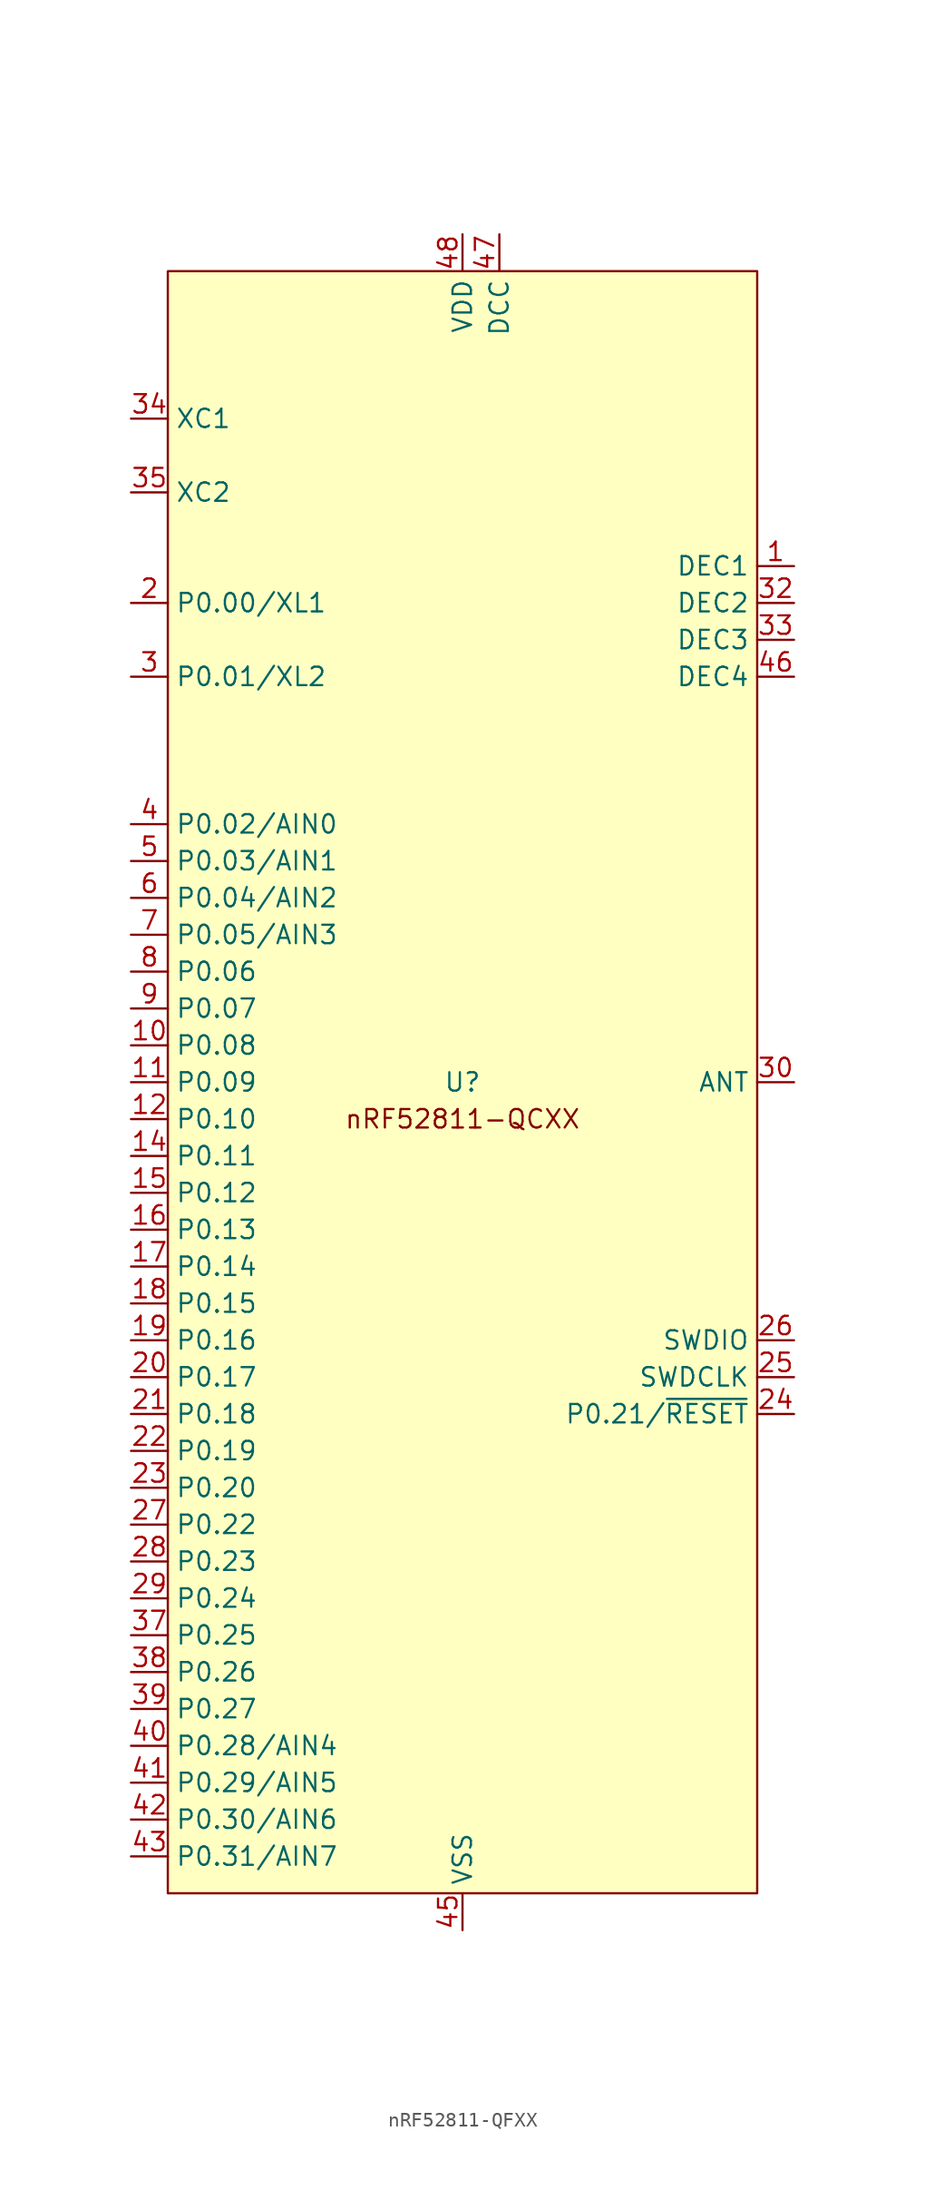
<source format=kicad_sym>
(kicad_symbol_lib
  (version 20220914)
  (generator kicad_symbol_editor)
  (symbol "nRF52811-QFXX"
    (property "Reference" "U"
      (at 0 0 0)
      (do_not_autoplace)
      (effects (font (size 1.27 1.27))))
    (property "Value" ""
      (at 0 0 0)
      (effects (font (size 1.27 1.27))))
    (symbol "nRF52811-QFXX_0_0"
      (pin unspecified line (at -22.86 2.54 0) (length 2.54) (name "P0.08" (effects (font (size 1.27 1.27)))) (number "10" (effects (font (size 1.27 1.27)))))
      (pin unspecified line (at -22.86 0 0) (length 2.54) (name "P0.09" (effects (font (size 1.27 1.27)))) (number "11" (effects (font (size 1.27 1.27)))))
      (pin unspecified line (at -22.86 -2.54 0) (length 2.54) (name "P0.10" (effects (font (size 1.27 1.27)))) (number "12" (effects (font (size 1.27 1.27)))))
      (pin unspecified line (at -22.86 -5.08 0) (length 2.54) (name "P0.11" (effects (font (size 1.27 1.27)))) (number "14" (effects (font (size 1.27 1.27)))))
      (pin unspecified line (at -22.86 -7.62 0) (length 2.54) (name "P0.12" (effects (font (size 1.27 1.27)))) (number "15" (effects (font (size 1.27 1.27)))))
      (pin unspecified line (at -22.86 -10.16 0) (length 2.54) (name "P0.13" (effects (font (size 1.27 1.27)))) (number "16" (effects (font (size 1.27 1.27)))))
      (pin unspecified line (at -22.86 -12.7 0) (length 2.54) (name "P0.14" (effects (font (size 1.27 1.27)))) (number "17" (effects (font (size 1.27 1.27)))))
      (pin unspecified line (at -22.86 -15.24 0) (length 2.54) (name "P0.15" (effects (font (size 1.27 1.27)))) (number "18" (effects (font (size 1.27 1.27)))))
      (pin unspecified line (at -22.86 -17.78 0) (length 2.54) (name "P0.16" (effects (font (size 1.27 1.27)))) (number "19" (effects (font (size 1.27 1.27)))))
      (pin unspecified line (at -22.86 33.02 0) (length 2.54) (name "P0.00/XL1" (effects (font (size 1.27 1.27)))) (number "2" (effects (font (size 1.27 1.27)))))
      (pin unspecified line (at -22.86 -20.32 0) (length 2.54) (name "P0.17" (effects (font (size 1.27 1.27)))) (number "20" (effects (font (size 1.27 1.27)))))
      (pin unspecified line (at -22.86 -22.86 0) (length 2.54) (name "P0.18" (effects (font (size 1.27 1.27)))) (number "21" (effects (font (size 1.27 1.27)))))
      (pin unspecified line (at -22.86 -25.4 0) (length 2.54) (name "P0.19" (effects (font (size 1.27 1.27)))) (number "22" (effects (font (size 1.27 1.27)))))
      (pin unspecified line (at -22.86 -27.94 0) (length 2.54) (name "P0.20" (effects (font (size 1.27 1.27)))) (number "23" (effects (font (size 1.27 1.27)))))
      (pin unspecified line (at 22.86 -20.32 180) (length 2.54) (name "SWDCLK" (effects (font (size 1.27 1.27)))) (number "25" (effects (font (size 1.27 1.27)))))
      (pin unspecified line (at 22.86 -17.78 180) (length 2.54) (name "SWDIO" (effects (font (size 1.27 1.27)))) (number "26" (effects (font (size 1.27 1.27)))))
      (pin unspecified line (at -22.86 -30.48 0) (length 2.54) (name "P0.22" (effects (font (size 1.27 1.27)))) (number "27" (effects (font (size 1.27 1.27)))))
      (pin unspecified line (at -22.86 -33.02 0) (length 2.54) (name "P0.23" (effects (font (size 1.27 1.27)))) (number "28" (effects (font (size 1.27 1.27)))))
      (pin unspecified line (at -22.86 -35.56 0) (length 2.54) (name "P0.24" (effects (font (size 1.27 1.27)))) (number "29" (effects (font (size 1.27 1.27)))))
      (pin unspecified line (at -22.86 27.94 0) (length 2.54) (name "P0.01/XL2" (effects (font (size 1.27 1.27)))) (number "3" (effects (font (size 1.27 1.27)))))
      (pin unspecified line (at 22.86 0 180) (length 2.54) (name "ANT" (effects (font (size 1.27 1.27)))) (number "30" (effects (font (size 1.27 1.27)))))
      (pin unspecified line (at -22.86 45.72 0) (length 2.54) (name "XC1" (effects (font (size 1.27 1.27)))) (number "34" (effects (font (size 1.27 1.27)))))
      (pin unspecified line (at -22.86 40.64 0) (length 2.54) (name "XC2" (effects (font (size 1.27 1.27)))) (number "35" (effects (font (size 1.27 1.27)))))
      (pin unspecified line (at -22.86 -38.1 0) (length 2.54) (name "P0.25" (effects (font (size 1.27 1.27)))) (number "37" (effects (font (size 1.27 1.27)))))
      (pin unspecified line (at -22.86 -40.64 0) (length 2.54) (name "P0.26" (effects (font (size 1.27 1.27)))) (number "38" (effects (font (size 1.27 1.27)))))
      (pin unspecified line (at -22.86 -43.18 0) (length 2.54) (name "P0.27" (effects (font (size 1.27 1.27)))) (number "39" (effects (font (size 1.27 1.27)))))
      (pin unspecified line (at -22.86 17.78 0) (length 2.54) (name "P0.02/AIN0" (effects (font (size 1.27 1.27)))) (number "4" (effects (font (size 1.27 1.27)))))
      (pin unspecified line (at -22.86 -45.72 0) (length 2.54) (name "P0.28/AIN4" (effects (font (size 1.27 1.27)))) (number "40" (effects (font (size 1.27 1.27)))))
      (pin unspecified line (at -22.86 -48.26 0) (length 2.54) (name "P0.29/AIN5" (effects (font (size 1.27 1.27)))) (number "41" (effects (font (size 1.27 1.27)))))
      (pin unspecified line (at -22.86 -50.8 0) (length 2.54) (name "P0.30/AIN6" (effects (font (size 1.27 1.27)))) (number "42" (effects (font (size 1.27 1.27)))))
      (pin unspecified line (at -22.86 -53.34 0) (length 2.54) (name "P0.31/AIN7" (effects (font (size 1.27 1.27)))) (number "43" (effects (font (size 1.27 1.27)))))
      (pin unspecified line (at 0 -58.42 90) (length 2.54) (name "VSS" (effects (font (size 1.27 1.27)))) (number "45" (effects (font (size 1.27 1.27)))))
      (pin unspecified line (at 2.54 58.42 270) (length 2.54) (name "DCC" (effects (font (size 1.27 1.27)))) (number "47" (effects (font (size 1.27 1.27)))))
      (pin unspecified line (at -22.86 15.24 0) (length 2.54) (name "P0.03/AIN1" (effects (font (size 1.27 1.27)))) (number "5" (effects (font (size 1.27 1.27)))))
      (pin unspecified line (at -22.86 12.7 0) (length 2.54) (name "P0.04/AIN2" (effects (font (size 1.27 1.27)))) (number "6" (effects (font (size 1.27 1.27)))))
      (pin unspecified line (at -22.86 10.16 0) (length 2.54) (name "P0.05/AIN3" (effects (font (size 1.27 1.27)))) (number "7" (effects (font (size 1.27 1.27)))))
      (pin unspecified line (at -22.86 7.62 0) (length 2.54) (name "P0.06" (effects (font (size 1.27 1.27)))) (number "8" (effects (font (size 1.27 1.27)))))
      (pin unspecified line (at -22.86 5.08 0) (length 2.54) (name "P0.07" (effects (font (size 1.27 1.27)))) (number "9" (effects (font (size 1.27 1.27))))))
    (symbol "nRF52811-QFXX_1_0"
      (pin unspecified line (at 22.86 35.56 180) (length 2.54) (name "DEC1" (effects (font (size 1.27 1.27)))) (number "1" (effects (font (size 1.27 1.27)))))
      (pin unspecified line (at 0 58.42 270) (length 2.54) hide (name "VDD" (effects (font (size 1.27 1.27)))) (number "13" (effects (font (size 1.27 1.27)))))
      (pin unspecified line (at 22.86 -22.86 180) (length 2.54) (name "P0.21/~{RESET}" (effects (font (size 1.27 1.27)))) (number "24" (effects (font (size 1.27 1.27)))))
      (pin unspecified line (at 0 -58.42 90) (length 2.54) hide (name "VSS" (effects (font (size 1.27 1.27)))) (number "31" (effects (font (size 1.27 1.27)))))
      (pin unspecified line (at 22.86 33.02 180) (length 2.54) (name "DEC2" (effects (font (size 1.27 1.27)))) (number "32" (effects (font (size 1.27 1.27)))))
      (pin unspecified line (at 22.86 30.48 180) (length 2.54) (name "DEC3" (effects (font (size 1.27 1.27)))) (number "33" (effects (font (size 1.27 1.27)))))
      (pin unspecified line (at 0 58.42 270) (length 2.54) hide (name "VDD" (effects (font (size 1.27 1.27)))) (number "36" (effects (font (size 1.27 1.27)))))
      (pin no_connect line (at 0 -55.88 90) (length 2.54) hide (name "NC" (effects (font (size 1.27 1.27)))) (number "44" (effects (font (size 1.27 1.27)))))
      (pin unspecified line (at 22.86 27.94 180) (length 2.54) (name "DEC4" (effects (font (size 1.27 1.27)))) (number "46" (effects (font (size 1.27 1.27)))))
      (pin unspecified line (at 0 58.42 270) (length 2.54) (name "VDD" (effects (font (size 1.27 1.27)))) (number "48" (effects (font (size 1.27 1.27)))))
      (pin unspecified line (at 0 -58.42 90) (length 2.54) hide (name "VSS" (effects (font (size 1.27 1.27)))) (number "EP" (effects (font (size 1.27 1.27))))))
    (symbol "nRF52811-QFXX_1_1"
      (rectangle (start -20.32 55.88) (end 20.32 -55.88) (stroke (width 0) (type default)) (fill (type background)))
      (text "nRF52811-QCXX" (at 0 -2.54 0) (effects (font (size 1.27 1.27)))))))
</source>
